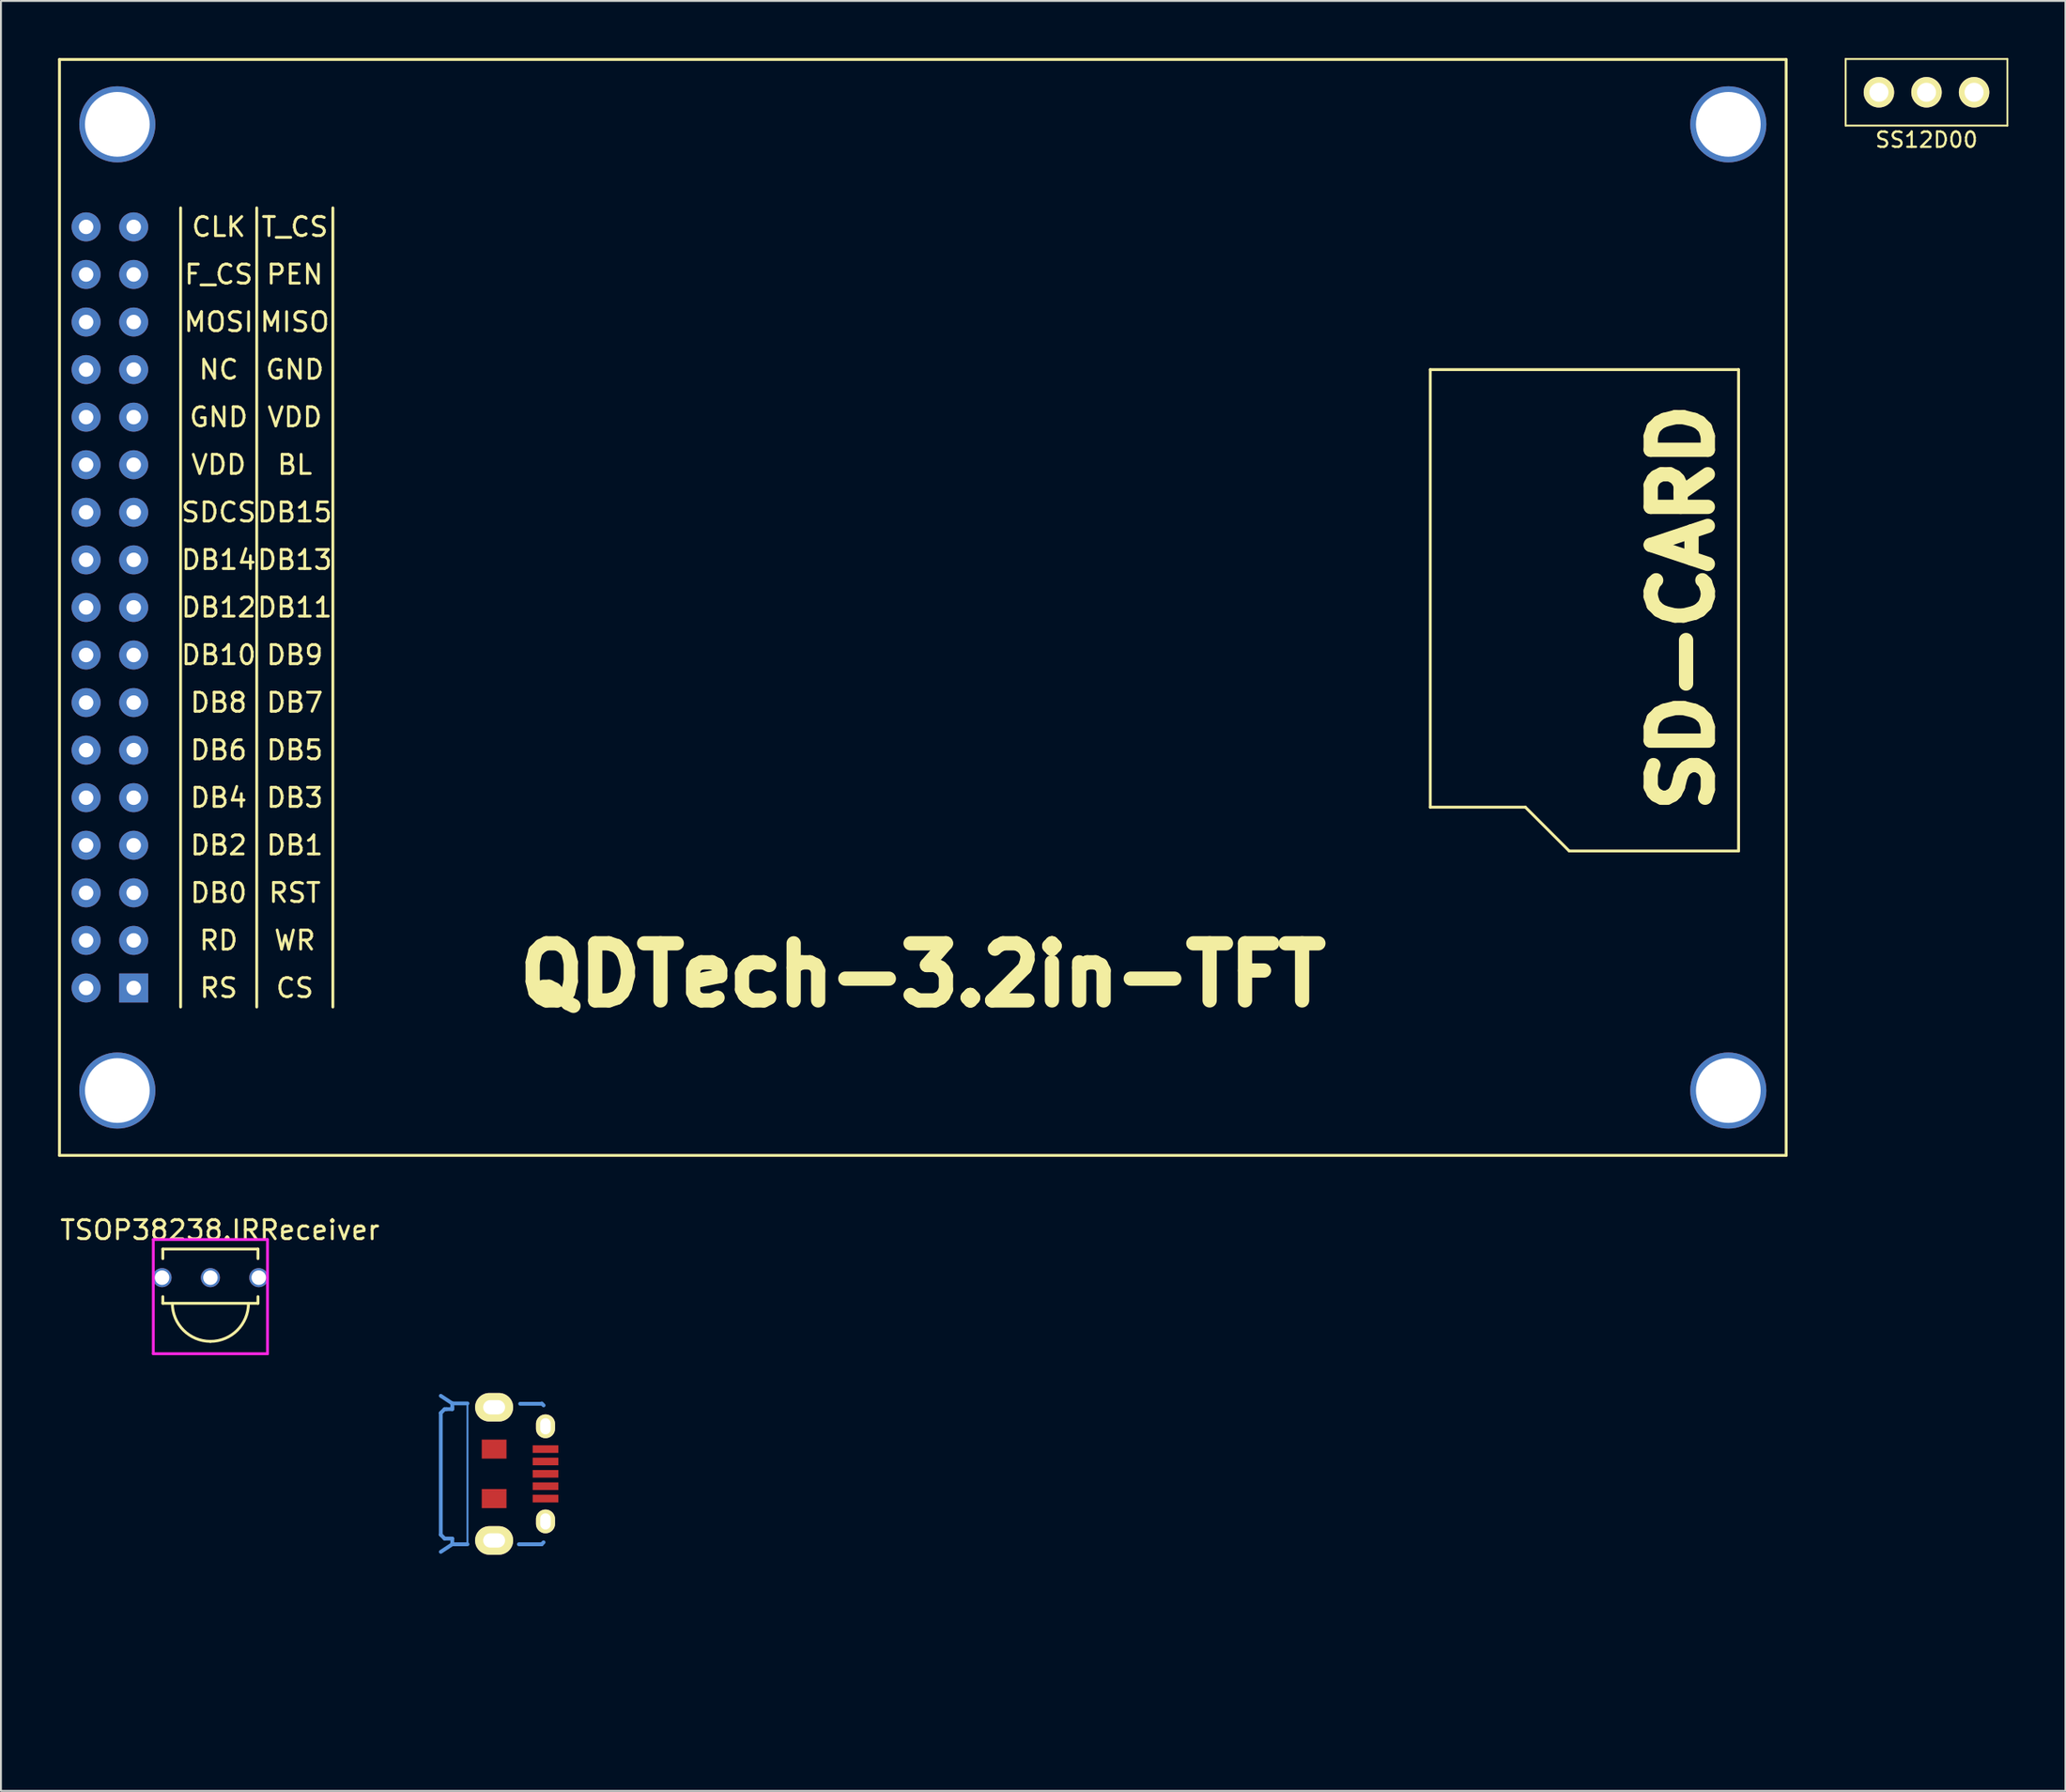
<source format=kicad_pcb>
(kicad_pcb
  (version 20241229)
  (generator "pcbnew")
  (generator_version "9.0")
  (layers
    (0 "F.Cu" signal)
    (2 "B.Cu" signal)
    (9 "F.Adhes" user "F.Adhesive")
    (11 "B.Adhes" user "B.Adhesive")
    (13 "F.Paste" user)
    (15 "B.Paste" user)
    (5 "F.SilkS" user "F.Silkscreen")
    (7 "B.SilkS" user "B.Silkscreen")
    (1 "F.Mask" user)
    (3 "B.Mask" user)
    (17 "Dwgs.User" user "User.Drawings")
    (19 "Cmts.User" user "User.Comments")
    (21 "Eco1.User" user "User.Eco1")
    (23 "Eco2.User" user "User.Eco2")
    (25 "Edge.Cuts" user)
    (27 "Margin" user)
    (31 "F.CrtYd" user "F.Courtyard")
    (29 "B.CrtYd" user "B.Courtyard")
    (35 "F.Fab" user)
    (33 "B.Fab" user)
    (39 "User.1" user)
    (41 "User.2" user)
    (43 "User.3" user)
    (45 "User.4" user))
  (footprint "QDTech-3.2in-TFT"
    (layer "F.Cu")
    (at 45.44 28.875)
    (property "Reference" "QDTech-3.2in-TFT" (at 0 19.304 0) (layer "F.SilkS") (effects (font (size 3 3) (thickness 0.75))))
    (attr through_hole)
    (fp_line (start -45.365 -28.8) (end -45.365 28.8) (stroke (width 0.15) (type solid)) (layer "F.SilkS"))
    (fp_line (start -45.365 -28.8) (end 45.365 -28.8) (stroke (width 0.15) (type solid)) (layer "F.SilkS"))
    (fp_line (start -39 -21) (end -39 21) (stroke (width 0.15) (type solid)) (layer "F.SilkS"))
    (fp_line (start -35 -21) (end -35 21) (stroke (width 0.15) (type solid)) (layer "F.SilkS"))
    (fp_line (start -31 -21) (end -31 21) (stroke (width 0.15) (type solid)) (layer "F.SilkS"))
    (fp_line (start 26.665 -12.5) (end 26.665 10.5) (stroke (width 0.15) (type solid)) (layer "F.SilkS"))
    (fp_line (start 26.665 10.5) (end 31.665 10.5) (stroke (width 0.15) (type solid)) (layer "F.SilkS"))
    (fp_line (start 33.965 12.8) (end 31.665 10.5) (stroke (width 0.15) (type solid)) (layer "F.SilkS"))
    (fp_line (start 42.865 -12.5) (end 26.665 -12.5) (stroke (width 0.15) (type solid)) (layer "F.SilkS"))
    (fp_line (start 42.865 -12.5) (end 42.865 12.8) (stroke (width 0.15) (type solid)) (layer "F.SilkS"))
    (fp_line (start 42.865 12.8) (end 33.965 12.8) (stroke (width 0.15) (type solid)) (layer "F.SilkS"))
    (fp_line (start 45.365 -28.8) (end 45.365 28.8) (stroke (width 0.15) (type solid)) (layer "F.SilkS"))
    (fp_line (start 45.365 28.8) (end -45.365 28.8) (stroke (width 0.15) (type solid)) (layer "F.SilkS"))
    (fp_text user "DB9" (at -33 2.5 0) (layer "F.SilkS") (effects (font (size 1 1) (thickness 0.15))))
    (fp_text user "CS" (at -33 20 0) (layer "F.SilkS") (effects (font (size 1 1) (thickness 0.15))))
    (fp_text user "RS" (at -37 20 0) (layer "F.SilkS") (effects (font (size 1 1) (thickness 0.15))))
    (fp_text user "DB12" (at -37 0 0) (layer "F.SilkS") (effects (font (size 1 1) (thickness 0.15))))
    (fp_text user "DB13" (at -33 -2.5 0) (layer "F.SilkS") (effects (font (size 1 1) (thickness 0.15))))
    (fp_text user "WR" (at -33 17.5 0) (layer "F.SilkS") (effects (font (size 1 1) (thickness 0.15))))
    (fp_text user "VDD" (at -33 -10 0) (layer "F.SilkS") (effects (font (size 1 1) (thickness 0.15))))
    (fp_text user "PEN" (at -33 -17.5 0) (layer "F.SilkS") (effects (font (size 1 1) (thickness 0.15))))
    (fp_text user "SD-CARD" (at 39.9 0 90) (layer "F.SilkS") (effects (font (size 3 3) (thickness 0.75))))
    (fp_text user "DB0" (at -37 15 0) (layer "F.SilkS") (effects (font (size 1 1) (thickness 0.15))))
    (fp_text user "SDCS" (at -37 -5 0) (layer "F.SilkS") (effects (font (size 1 1) (thickness 0.15))))
    (fp_text user "DB4" (at -37 10 0) (layer "F.SilkS") (effects (font (size 1 1) (thickness 0.15))))
    (fp_text user "T_CS" (at -33 -20 0) (layer "F.SilkS") (effects (font (size 1 1) (thickness 0.15))))
    (fp_text user "DB1" (at -33 12.5 0) (layer "F.SilkS") (effects (font (size 1 1) (thickness 0.15))))
    (fp_text user "F_CS" (at -37 -17.5 0) (layer "F.SilkS") (effects (font (size 1 1) (thickness 0.15))))
    (fp_text user "DB5" (at -33 7.5 0) (layer "F.SilkS") (effects (font (size 1 1) (thickness 0.15))))
    (fp_text user "DB6" (at -37 7.5 0) (layer "F.SilkS") (effects (font (size 1 1) (thickness 0.15))))
    (fp_text user "DB7" (at -33 5 0) (layer "F.SilkS") (effects (font (size 1 1) (thickness 0.15))))
    (fp_text user "DB8" (at -37 5 0) (layer "F.SilkS") (effects (font (size 1 1) (thickness 0.15))))
    (fp_text user "VDD" (at -37 -7.5 0) (layer "F.SilkS") (effects (font (size 1 1) (thickness 0.15))))
    (fp_text user "GND" (at -33 -12.5 0) (layer "F.SilkS") (effects (font (size 1 1) (thickness 0.15))))
    (fp_text user "DB14" (at -37 -2.5 0) (layer "F.SilkS") (effects (font (size 1 1) (thickness 0.15))))
    (fp_text user "DB10" (at -37 2.5 0) (layer "F.SilkS") (effects (font (size 1 1) (thickness 0.15))))
    (fp_text user "MISO" (at -33 -15 0) (layer "F.SilkS") (effects (font (size 1 1) (thickness 0.15))))
    (fp_text user "RST" (at -33 15 0) (layer "F.SilkS") (effects (font (size 1 1) (thickness 0.15))))
    (fp_text user "DB2" (at -37 12.5 0) (layer "F.SilkS") (effects (font (size 1 1) (thickness 0.15))))
    (fp_text user "NC" (at -37 -12.5 0) (layer "F.SilkS") (effects (font (size 1 1) (thickness 0.15))))
    (fp_text user "DB11" (at -33 0 0) (layer "F.SilkS") (effects (font (size 1 1) (thickness 0.15))))
    (fp_text user "GND" (at -37 -10 0) (layer "F.SilkS") (effects (font (size 1 1) (thickness 0.15))))
    (fp_text user "DB3" (at -33 10 0) (layer "F.SilkS") (effects (font (size 1 1) (thickness 0.15))))
    (fp_text user "RD" (at -37 17.5 0) (layer "F.SilkS") (effects (font (size 1 1) (thickness 0.15))))
    (fp_text user "DB15" (at -33 -5 0) (layer "F.SilkS") (effects (font (size 1 1) (thickness 0.15))))
    (fp_text user "BL" (at -33 -7.5 0) (layer "F.SilkS") (effects (font (size 1 1) (thickness 0.15))))
    (fp_text user "CLK" (at -37 -20 0) (layer "F.SilkS") (effects (font (size 1 1) (thickness 0.15))))
    (fp_text user "MOSI" (at -37 -15 0) (layer "F.SilkS") (effects (font (size 1 1) (thickness 0.15))))
    (pad "" thru_hole circle (at -42.325 -25.39) (size 4 4) (drill 3.4) (layers "*.Cu" "*.Mask"))
    (pad "" thru_hole circle (at -42.325 25.39) (size 4 4) (drill 3.4) (layers "*.Cu" "*.Mask"))
    (pad "" thru_hole circle (at 42.325 -25.39) (size 4 4) (drill 3.4) (layers "*.Cu" "*.Mask"))
    (pad "" thru_hole circle (at 42.325 25.39) (size 4 4) (drill 3.4) (layers "*.Cu" "*.Mask"))
    (pad "1" thru_hole rect (at -41.465 20) (size 1.524 1.524) (drill 0.762) (layers "*.Cu" "*.Mask"))
    (pad "2" thru_hole circle (at -43.965 20) (size 1.524 1.524) (drill 0.762) (layers "*.Cu" "*.Mask"))
    (pad "3" thru_hole circle (at -41.465 17.5) (size 1.524 1.524) (drill 0.762) (layers "*.Cu" "*.Mask"))
    (pad "4" thru_hole circle (at -43.965 17.5) (size 1.524 1.524) (drill 0.762) (layers "*.Cu" "*.Mask"))
    (pad "5" thru_hole circle (at -41.465 15) (size 1.524 1.524) (drill 0.762) (layers "*.Cu" "*.Mask"))
    (pad "6" thru_hole circle (at -43.965 15) (size 1.524 1.524) (drill 0.762) (layers "*.Cu" "*.Mask"))
    (pad "7" thru_hole circle (at -41.465 12.5) (size 1.524 1.524) (drill 0.762) (layers "*.Cu" "*.Mask"))
    (pad "8" thru_hole circle (at -43.965 12.5) (size 1.524 1.524) (drill 0.762) (layers "*.Cu" "*.Mask"))
    (pad "9" thru_hole circle (at -41.465 10) (size 1.524 1.524) (drill 0.762) (layers "*.Cu" "*.Mask"))
    (pad "10" thru_hole circle (at -43.965 10) (size 1.524 1.524) (drill 0.762) (layers "*.Cu" "*.Mask"))
    (pad "11" thru_hole circle (at -41.465 7.5) (size 1.524 1.524) (drill 0.762) (layers "*.Cu" "*.Mask"))
    (pad "12" thru_hole circle (at -43.965 7.5) (size 1.524 1.524) (drill 0.762) (layers "*.Cu" "*.Mask"))
    (pad "13" thru_hole circle (at -41.465 5) (size 1.524 1.524) (drill 0.762) (layers "*.Cu" "*.Mask"))
    (pad "14" thru_hole circle (at -43.965 5) (size 1.524 1.524) (drill 0.762) (layers "*.Cu" "*.Mask"))
    (pad "15" thru_hole circle (at -41.465 2.5) (size 1.524 1.524) (drill 0.762) (layers "*.Cu" "*.Mask"))
    (pad "16" thru_hole circle (at -43.965 2.5) (size 1.524 1.524) (drill 0.762) (layers "*.Cu" "*.Mask"))
    (pad "17" thru_hole circle (at -41.465 0) (size 1.524 1.524) (drill 0.762) (layers "*.Cu" "*.Mask"))
    (pad "18" thru_hole circle (at -43.965 0) (size 1.524 1.524) (drill 0.762) (layers "*.Cu" "*.Mask"))
    (pad "19" thru_hole circle (at -41.465 -2.5) (size 1.524 1.524) (drill 0.762) (layers "*.Cu" "*.Mask"))
    (pad "20" thru_hole circle (at -43.965 -2.5) (size 1.524 1.524) (drill 0.762) (layers "*.Cu" "*.Mask"))
    (pad "21" thru_hole circle (at -41.465 -5) (size 1.524 1.524) (drill 0.762) (layers "*.Cu" "*.Mask"))
    (pad "22" thru_hole circle (at -43.965 -5) (size 1.524 1.524) (drill 0.762) (layers "*.Cu" "*.Mask"))
    (pad "23" thru_hole circle (at -41.465 -7.5) (size 1.524 1.524) (drill 0.762) (layers "*.Cu" "*.Mask"))
    (pad "24" thru_hole circle (at -43.965 -7.5) (size 1.524 1.524) (drill 0.762) (layers "*.Cu" "*.Mask"))
    (pad "25" thru_hole circle (at -41.465 -10) (size 1.524 1.524) (drill 0.762) (layers "*.Cu" "*.Mask"))
    (pad "26" thru_hole circle (at -43.965 -10) (size 1.524 1.524) (drill 0.762) (layers "*.Cu" "*.Mask"))
    (pad "27" thru_hole circle (at -41.465 -12.5) (size 1.524 1.524) (drill 0.762) (layers "*.Cu" "*.Mask"))
    (pad "28" thru_hole circle (at -43.965 -12.5) (size 1.524 1.524) (drill 0.762) (layers "*.Cu" "*.Mask"))
    (pad "29" thru_hole circle (at -41.465 -15) (size 1.524 1.524) (drill 0.762) (layers "*.Cu" "*.Mask"))
    (pad "30" thru_hole circle (at -43.965 -15) (size 1.524 1.524) (drill 0.762) (layers "*.Cu" "*.Mask"))
    (pad "31" thru_hole circle (at -41.465 -17.5) (size 1.524 1.524) (drill 0.762) (layers "*.Cu" "*.Mask"))
    (pad "32" thru_hole circle (at -43.965 -17.5) (size 1.524 1.524) (drill 0.762) (layers "*.Cu" "*.Mask"))
    (pad "33" thru_hole circle (at -41.465 -20) (size 1.524 1.524) (drill 0.762) (layers "*.Cu" "*.Mask"))
    (pad "34" thru_hole circle (at -43.965 -20) (size 1.524 1.524) (drill 0.762) (layers "*.Cu" "*.Mask")))
  (footprint "TSOP38238.IRReceiver"
    (layer "F.Cu")
    (at 8.006 64.098)
    (property "Reference" "TSOP38238.IRReceiver" (at 0.5 -2.5 0) (layer "F.SilkS") (effects (font (size 1 1) (thickness 0.15))))
    (attr through_hole)
    (fp_line (start -2.5 -1.5) (end 2.5 -1.5) (stroke (width 0.15) (type solid)) (layer "F.SilkS"))
    (fp_line (start -2.5 -1) (end -2.5 -1.5) (stroke (width 0.15) (type solid)) (layer "F.SilkS"))
    (fp_line (start -2.5 1) (end -2.5 1.35) (stroke (width 0.15) (type solid)) (layer "F.SilkS"))
    (fp_line (start -2.5 1.35) (end 2.5 1.35) (stroke (width 0.15) (type solid)) (layer "F.SilkS"))
    (fp_line (start 2.5 -1.5) (end 2.5 -1) (stroke (width 0.15) (type solid)) (layer "F.SilkS"))
    (fp_line (start 2.5 1.35) (end 2.5 1) (stroke (width 0.15) (type solid)) (layer "F.SilkS"))
    (fp_arc (start 0 3.35) (mid -1.414214 2.764214) (end -2 1.35) (stroke (width 0.15) (type solid)) (layer "F.SilkS"))
    (fp_arc (start 2 1.35) (mid 1.414214 2.764214) (end 0 3.35) (stroke (width 0.15) (type solid)) (layer "F.SilkS"))
    (fp_line (start -3 -2) (end 3 -2) (stroke (width 0.15) (type solid)) (layer "F.CrtYd"))
    (fp_line (start -3 4) (end -3 -2) (stroke (width 0.15) (type solid)) (layer "F.CrtYd"))
    (fp_line (start 3 -2) (end 3 4) (stroke (width 0.15) (type solid)) (layer "F.CrtYd"))
    (fp_line (start 3 4) (end -3 4) (stroke (width 0.15) (type solid)) (layer "F.CrtYd"))
    (pad "1" thru_hole circle (at -2.54 0) (size 1 1) (drill 0.762) (layers "*.Cu" "*.Mask"))
    (pad "2" thru_hole circle (at 0 0) (size 1 1) (drill 0.762) (layers "*.Cu" "*.Mask"))
    (pad "3" thru_hole circle (at 2.54 0) (size 1 1) (drill 0.762) (layers "*.Cu" "*.Mask")))
  (footprint "SS12D00"
    (layer "F.Cu")
    (at 98.18 1.8)
    (property "Reference" "SS12D00" (at 0 2.5 0) (layer "F.SilkS") (effects (font (size 0.8 0.8) (thickness 0.12))))
    (attr through_hole)
    (fp_line (start -4.25 -1.75) (end 4.25 -1.75) (stroke (width 0.1) (type solid)) (layer "F.SilkS"))
    (fp_line (start -4.25 1.75) (end -4.25 -1.75) (stroke (width 0.1) (type solid)) (layer "F.SilkS"))
    (fp_line (start 4.25 -1.75) (end 4.25 1.75) (stroke (width 0.1) (type solid)) (layer "F.SilkS"))
    (fp_line (start 4.25 1.75) (end -4.25 1.75) (stroke (width 0.1) (type solid)) (layer "F.SilkS"))
    (pad "1" thru_hole circle (at -2.5 0) (size 1.6 1.6) (drill 1) (layers "*.Cu" "*.Mask" "F.SilkS"))
    (pad "2" thru_hole circle (at 0 0) (size 1.6 1.6) (drill 1) (layers "*.Cu" "*.Mask" "F.SilkS"))
    (pad "3" thru_hole circle (at 2.5 0) (size 1.6 1.6) (drill 1) (layers "*.Cu" "*.Mask" "F.SilkS")))
  (footprint "USB-MICRO-5pin_PTHMOUNT-Amphenol.10118194-0001LF"
    (layer "F.Cu")
    (at 25.614 74.411)
    (property "Reference" "USB-MICRO-5pin_PTHMOUNT-Amphenol.10118194-0001LF" (at -4.7 0 90) (layer "Eco1.User") (effects (font (size 0.6 0.6) (thickness 0.1))))
    (attr smd)
    (fp_line (start -5.502 -3.2) (end -5.502 3.2) (stroke (width 0.201) (type solid)) (layer "Cmts.User"))
    (fp_line (start -5.502 4.1) (end -4.9 3.701) (stroke (width 0.201) (type solid)) (layer "Cmts.User"))
    (fp_line (start -5.301 -3.401) (end -5.502 -3.2) (stroke (width 0.201) (type solid)) (layer "Cmts.User"))
    (fp_line (start -5.301 3.401) (end -5.502 3.2) (stroke (width 0.201) (type solid)) (layer "Cmts.User"))
    (fp_line (start -5.199 -3.401) (end -5.301 -3.401) (stroke (width 0.201) (type solid)) (layer "Cmts.User"))
    (fp_line (start -4.9 -3.701) (end -5.502 -4.1) (stroke (width 0.201) (type solid)) (layer "Cmts.User"))
    (fp_line (start -4.9 -3.701) (end -4.9 -3.5) (stroke (width 0.201) (type solid)) (layer "Cmts.User"))
    (fp_line (start -4.9 -3.5) (end -4.9 -3.401) (stroke (width 0.201) (type solid)) (layer "Cmts.User"))
    (fp_line (start -4.9 -3.401) (end -5.199 -3.401) (stroke (width 0.201) (type solid)) (layer "Cmts.User"))
    (fp_line (start -4.9 3.401) (end -5.301 3.401) (stroke (width 0.201) (type solid)) (layer "Cmts.User"))
    (fp_line (start -4.9 3.701) (end -4.9 3.401) (stroke (width 0.201) (type solid)) (layer "Cmts.User"))
    (fp_line (start -4.9 3.701) (end -4.1 3.701) (stroke (width 0.201) (type solid)) (layer "Cmts.User"))
    (fp_line (start -4.1 -3.701) (end -4.9 -3.701) (stroke (width 0.201) (type solid)) (layer "Cmts.User"))
    (fp_line (start -4.1 -3.701) (end -4.1 3.701) (stroke (width 0.099) (type solid)) (layer "Cmts.User"))
    (fp_line (start -0.254 -3.683) (end -1.333 -3.683) (stroke (width 0.2) (type solid)) (layer "Cmts.User"))
    (fp_line (start -0.201 3.701) (end -1.4 3.701) (stroke (width 0.201) (type solid)) (layer "Cmts.User"))
    (fp_line (start -0.201 3.701) (end -0.102 3.599) (stroke (width 0.201) (type solid)) (layer "Cmts.User"))
    (fp_line (start -0.099 -3.599) (end -0.198 -3.701) (stroke (width 0.201) (type solid)) (layer "Cmts.User"))
    (pad "1" smd rect (at 0 -1.3) (size 1.35 0.4) (layers "F.Cu" "F.Mask" "F.Paste"))
    (pad "2" smd rect (at 0 -0.65) (size 1.35 0.4) (layers "F.Cu" "F.Mask" "F.Paste"))
    (pad "3" smd rect (at 0 0) (size 1.35 0.4) (layers "F.Cu" "F.Mask" "F.Paste"))
    (pad "4" smd rect (at 0 0.65) (size 1.35 0.4) (layers "F.Cu" "F.Mask" "F.Paste"))
    (pad "5" smd rect (at 0 1.3) (size 1.35 0.4) (layers "F.Cu" "F.Mask" "F.Paste"))
    (pad "SHLD" thru_hole oval (at -2.7 -3.5) (size 2 1.5) (drill oval 1.15 0.75) (layers "*.Cu" "*.Mask" "F.SilkS"))
    (pad "SHLD" smd rect (at -2.7 -1.3) (size 1.3 1) (layers "F.Cu" "F.Mask" "F.Paste"))
    (pad "SHLD" smd rect (at -2.7 1.3) (size 1.3 1) (layers "F.Cu" "F.Mask" "F.Paste"))
    (pad "SHLD" thru_hole oval (at -2.7 3.5) (size 2 1.5) (drill oval 1.15 0.75) (layers "*.Cu" "*.Mask" "F.SilkS"))
    (pad "SHLD" thru_hole oval (at 0 -2.5) (size 1 1.25) (drill oval 0.55 0.85) (layers "*.Cu" "*.Mask" "F.SilkS"))
    (pad "SHLD" thru_hole oval (at 0 2.5) (size 1 1.25) (drill oval 0.55 0.85) (layers "*.Cu" "*.Mask" "F.SilkS")))
  (gr_rect
    (start -3 -3)
    (end 105.48 91.073)
    (stroke (width 0.1) (type default))
    (fill no)
    (layer "Edge.Cuts")))
</source>
